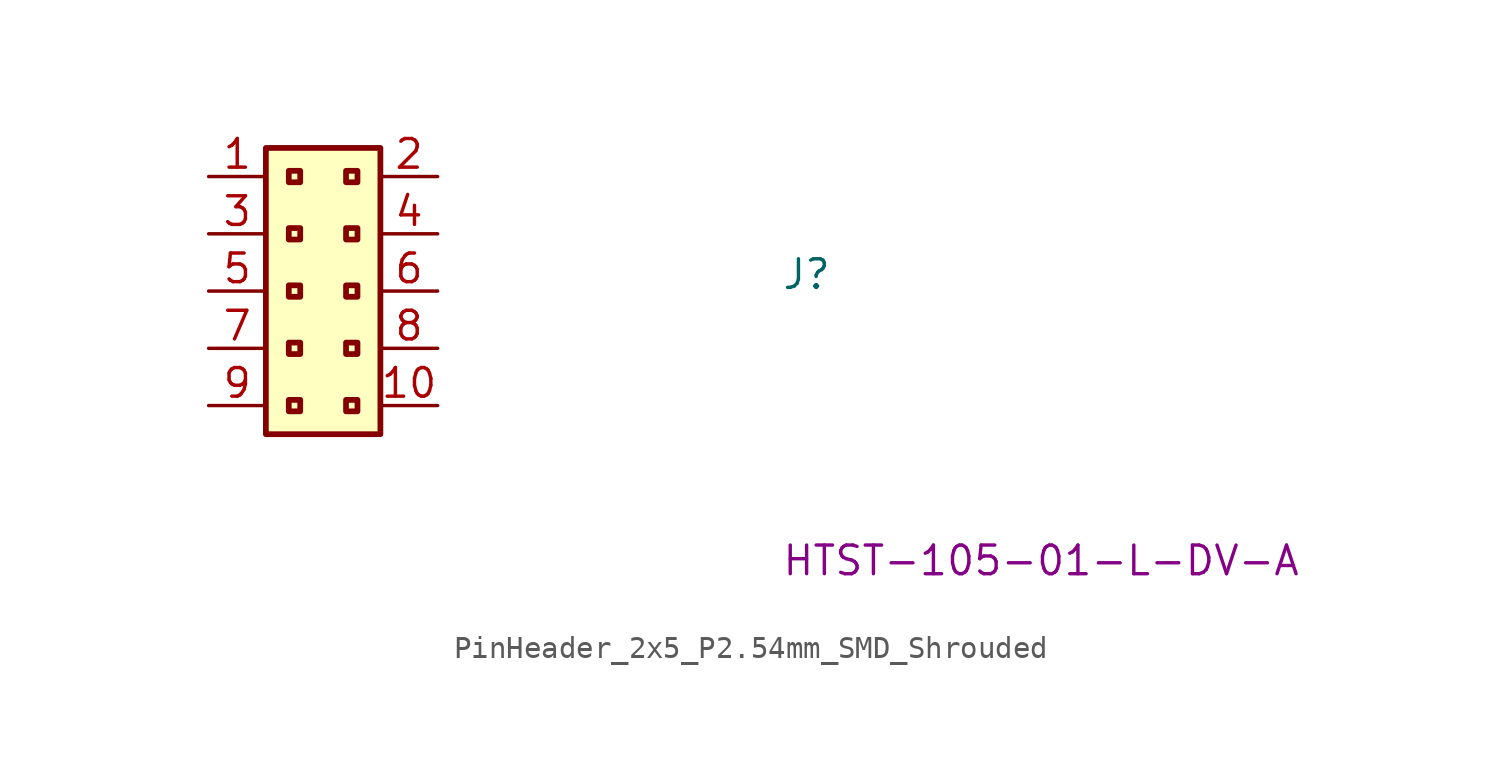
<source format=kicad_sym>
(kicad_symbol_lib
  (version 20220914)
  (generator kicad_symbol_editor)
  (symbol "PinHeader_2x5_P2.54mm_SMD_Shrouded"
    (property "Reference" "J"
      (at 25.4 -5.08 0)
      (effects (font (size 1.27 1.27) (thickness 0.15)) (justify left bottom)))
    (property "MPN" "HTST-105-01-L-DV-A"
      (at 25.4 -17.78 0)
      (effects (font (size 1.27 1.27) (thickness 0.15)) (justify left bottom)))
    (symbol "PinHeader_2x5_P2.54mm_SMD_Shrouded_1_1"
      (rectangle (start 2.54 1.27) (end 7.62 -11.43) (stroke (width 0.254) (type default)) (fill (type background)))
      (rectangle (start 3.556 -9.906) (end 4.064 -10.414) (stroke (width 0.254) (type default)) (fill (type background)))
      (rectangle (start 3.556 -7.366) (end 4.064 -7.874) (stroke (width 0.254) (type default)) (fill (type background)))
      (rectangle (start 3.556 -4.826) (end 4.064 -5.334) (stroke (width 0.254) (type default)) (fill (type background)))
      (rectangle (start 3.556 -2.286) (end 4.064 -2.794) (stroke (width 0.254) (type default)) (fill (type background)))
      (rectangle (start 3.556 0.254) (end 4.064 -0.254) (stroke (width 0.254) (type default)) (fill (type background)))
      (rectangle (start 6.096 -9.906) (end 6.604 -10.414) (stroke (width 0.254) (type default)) (fill (type background)))
      (rectangle (start 6.096 -7.366) (end 6.604 -7.874) (stroke (width 0.254) (type default)) (fill (type background)))
      (rectangle (start 6.096 -4.826) (end 6.604 -5.334) (stroke (width 0.254) (type default)) (fill (type background)))
      (rectangle (start 6.096 -2.286) (end 6.604 -2.794) (stroke (width 0.254) (type default)) (fill (type background)))
      (rectangle (start 6.096 0.254) (end 6.604 -0.254) (stroke (width 0.254) (type default)) (fill (type background)))
      (pin passive line (at 0 0 0) (length 2.54) (name "~" (effects (font (size 1.27 1.27)))) (number "1" (effects (font (size 1.27 1.27)))))
      (pin passive line (at 10.16 -10.16 180) (length 2.54) (name "~" (effects (font (size 1.27 1.27)))) (number "10" (effects (font (size 1.27 1.27)))))
      (pin passive line (at 10.16 0 180) (length 2.54) (name "~" (effects (font (size 1.27 1.27)))) (number "2" (effects (font (size 1.27 1.27)))))
      (pin passive line (at 0 -2.54 0) (length 2.54) (name "~" (effects (font (size 1.27 1.27)))) (number "3" (effects (font (size 1.27 1.27)))))
      (pin passive line (at 10.16 -2.54 180) (length 2.54) (name "~" (effects (font (size 1.27 1.27)))) (number "4" (effects (font (size 1.27 1.27)))))
      (pin passive line (at 0 -5.08 0) (length 2.54) (name "~" (effects (font (size 1.27 1.27)))) (number "5" (effects (font (size 1.27 1.27)))))
      (pin passive line (at 10.16 -5.08 180) (length 2.54) (name "~" (effects (font (size 1.27 1.27)))) (number "6" (effects (font (size 1.27 1.27)))))
      (pin passive line (at 0 -7.62 0) (length 2.54) (name "~" (effects (font (size 1.27 1.27)))) (number "7" (effects (font (size 1.27 1.27)))))
      (pin passive line (at 10.16 -7.62 180) (length 2.54) (name "~" (effects (font (size 1.27 1.27)))) (number "8" (effects (font (size 1.27 1.27)))))
      (pin passive line (at 0 -10.16 0) (length 2.54) (name "~" (effects (font (size 1.27 1.27)))) (number "9" (effects (font (size 1.27 1.27))))))))
</source>
